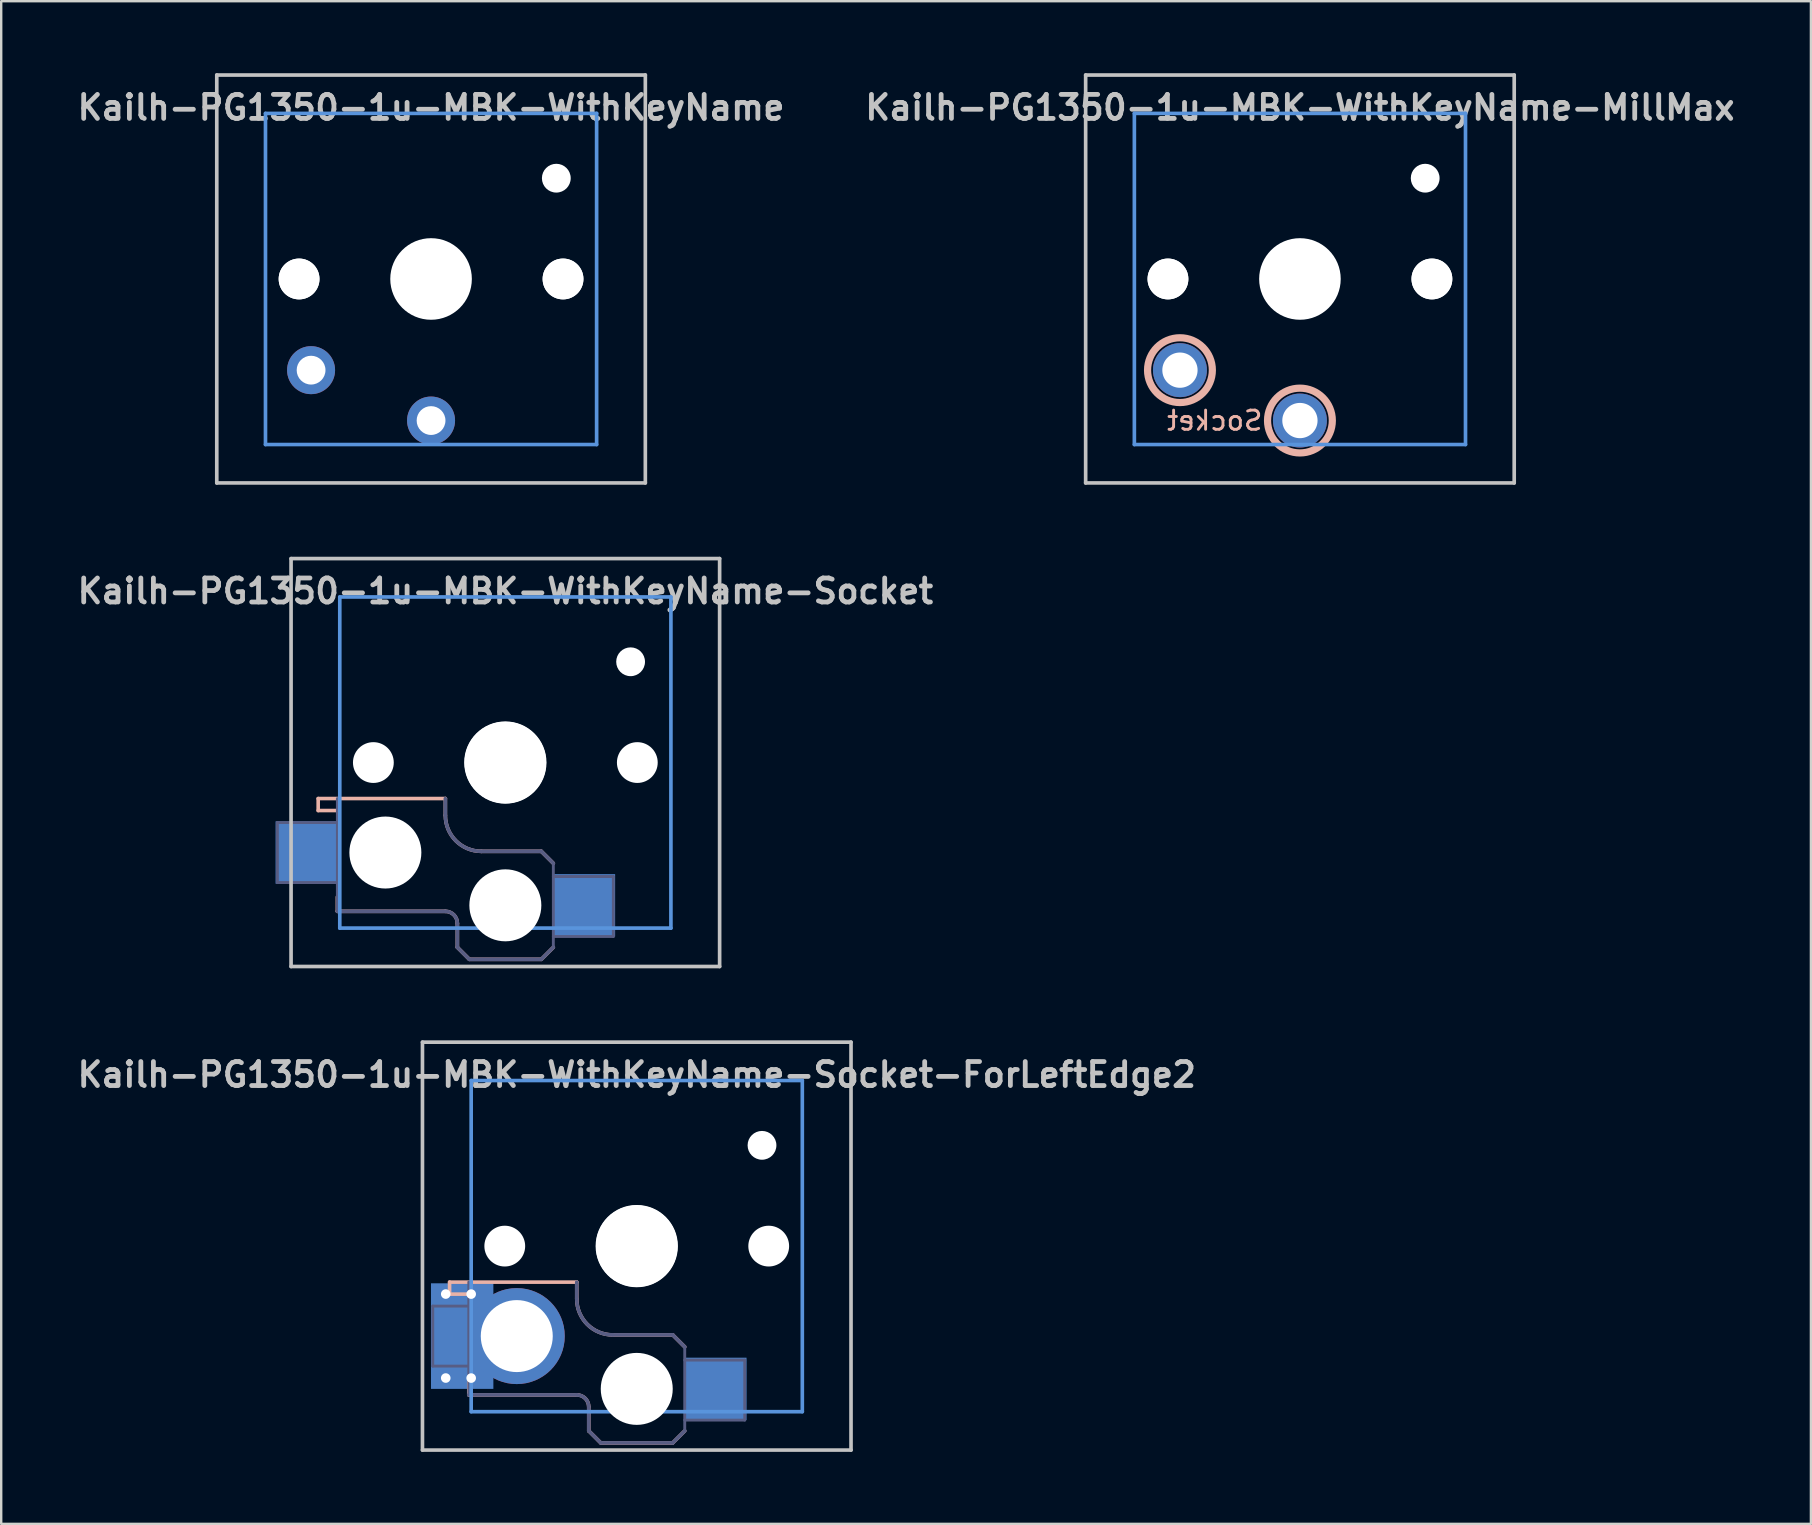
<source format=kicad_pcb>
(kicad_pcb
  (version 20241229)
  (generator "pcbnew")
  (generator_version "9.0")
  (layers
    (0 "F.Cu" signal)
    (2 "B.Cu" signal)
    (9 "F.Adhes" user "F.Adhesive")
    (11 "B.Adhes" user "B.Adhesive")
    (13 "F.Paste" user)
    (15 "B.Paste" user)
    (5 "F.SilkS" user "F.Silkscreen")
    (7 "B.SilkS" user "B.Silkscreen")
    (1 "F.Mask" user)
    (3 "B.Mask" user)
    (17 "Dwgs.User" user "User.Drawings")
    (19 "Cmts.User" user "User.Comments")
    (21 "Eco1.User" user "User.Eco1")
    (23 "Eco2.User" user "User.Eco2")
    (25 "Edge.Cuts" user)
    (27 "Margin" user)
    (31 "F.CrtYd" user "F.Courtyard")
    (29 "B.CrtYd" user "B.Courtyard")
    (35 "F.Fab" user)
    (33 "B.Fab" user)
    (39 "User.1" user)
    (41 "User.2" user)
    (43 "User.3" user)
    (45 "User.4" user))
  (footprint "Kailh-PG1350-1u-MBK-WithKeyName-MillMax"
    (layer "F.Cu")
    (at 51.124 8.576)
    (property "Reference" "Kailh-PG1350-1u-MBK-WithKeyName-MillMax" (at 0 -7.144 180) (layer "Dwgs.User") (effects (font (size 1 1) (thickness 0.2))))
    (attr through_hole)
    (fp_circle (center -5 3.8) (end -3.65 3.8) (stroke (width 0.3) (type solid)) (fill no) (layer "B.SilkS"))
    (fp_circle (center 0 5.9) (end 1.35 5.9) (stroke (width 0.3) (type solid)) (fill no) (layer "B.SilkS"))
    (fp_line (start -8.93 -8.5) (end 8.93 -8.5) (stroke (width 0.152) (type solid)) (layer "Dwgs.User"))
    (fp_line (start -8.93 8.5) (end -8.93 -8.5) (stroke (width 0.152) (type solid)) (layer "Dwgs.User"))
    (fp_line (start 8.93 -8.5) (end 8.93 8.5) (stroke (width 0.152) (type solid)) (layer "Dwgs.User"))
    (fp_line (start 8.93 8.5) (end -8.93 8.5) (stroke (width 0.152) (type solid)) (layer "Dwgs.User"))
    (fp_line (start -6.9 -6.9) (end 6.9 -6.9) (stroke (width 0.152) (type solid)) (layer "Cmts.User"))
    (fp_line (start -6.9 6.9) (end -6.9 -6.9) (stroke (width 0.152) (type solid)) (layer "Cmts.User"))
    (fp_line (start 6.9 -6.9) (end 6.9 6.9) (stroke (width 0.152) (type solid)) (layer "Cmts.User"))
    (fp_line (start 6.9 6.9) (end -6.9 6.9) (stroke (width 0.152) (type solid)) (layer "Cmts.User"))
    (fp_line (start -7.5 -7.5) (end 7.5 -7.5) (stroke (width 0.152) (type solid)) (layer "Eco2.User"))
    (fp_line (start -7.5 7.5) (end -7.5 -7.5) (stroke (width 0.152) (type solid)) (layer "Eco2.User"))
    (fp_line (start -2.6 -3.1) (end -2.6 -6.3) (stroke (width 0.15) (type solid)) (layer "Eco2.User"))
    (fp_line (start -2.6 -3.1) (end 2.6 -3.1) (stroke (width 0.15) (type solid)) (layer "Eco2.User"))
    (fp_line (start 2.6 -6.3) (end -2.6 -6.3) (stroke (width 0.15) (type solid)) (layer "Eco2.User"))
    (fp_line (start 2.6 -3.1) (end 2.6 -6.3) (stroke (width 0.15) (type solid)) (layer "Eco2.User"))
    (fp_line (start 7.5 -7.5) (end 7.5 7.5) (stroke (width 0.152) (type solid)) (layer "Eco2.User"))
    (fp_line (start 7.5 7.5) (end -7.5 7.5) (stroke (width 0.152) (type solid)) (layer "Eco2.User"))
    (fp_text user "Socket" (at -3.55 5.9 0) (layer "B.SilkS") (effects (font (size 0.8 0.8) (thickness 0.12)) (justify mirror)))
    (pad "" np_thru_hole circle (at -5.5 0 180) (size 1.7 1.7) (drill 1.7) (layers "*.Cu" "*.Mask"))
    (pad "" np_thru_hole circle (at -5.5 0) (size 1.702 1.702) (drill 1.702) (layers "*.Cu" "*.Mask"))
    (pad "" np_thru_hole circle (at 0 0 180) (size 3.4 3.4) (drill 3.4) (layers "*.Cu" "*.Mask"))
    (pad "" np_thru_hole circle (at 5.22 -4.2 180) (size 1.2 1.2) (drill 1.2) (layers "*.Cu" "*.Mask"))
    (pad "" np_thru_hole circle (at 5.5 0 180) (size 1.7 1.7) (drill 1.7) (layers "*.Cu" "*.Mask"))
    (pad "" np_thru_hole circle (at 5.5 0) (size 1.702 1.702) (drill 1.702) (layers "*.Cu" "*.Mask"))
    (pad "1" thru_hole circle (at 0 5.9 180) (size 2.25 2.25) (drill 1.47) (layers "*.Cu" "*.Mask"))
    (pad "2" thru_hole circle (at -5 3.8 41.9) (size 2.25 2.25) (drill 1.47) (layers "*.Cu" "*.Mask")))
  (footprint "Kailh-PG1350-1u-MBK-WithKeyName-Socket"
    (layer "F.Cu")
    (at 18.01 28.729)
    (property "Reference" "Kailh-PG1350-1u-MBK-WithKeyName-Socket" (at 0 -7.144 180) (layer "Dwgs.User") (effects (font (size 1 1) (thickness 0.2))))
    (attr through_hole)
    (fp_line (start -7.8 1.5) (end -7.8 2) (stroke (width 0.15) (type solid)) (layer "B.SilkS"))
    (fp_line (start -7 2) (end -7.8 2) (stroke (width 0.15) (type solid)) (layer "B.SilkS"))
    (fp_line (start -7 5.6) (end -7 6.2) (stroke (width 0.15) (type solid)) (layer "B.SilkS"))
    (fp_line (start -7 6.2) (end -2.5 6.2) (stroke (width 0.15) (type solid)) (layer "B.SilkS"))
    (fp_line (start -2.5 1.5) (end -7.8 1.5) (stroke (width 0.15) (type solid)) (layer "B.SilkS"))
    (fp_line (start -2.5 2.2) (end -2.5 1.5) (stroke (width 0.15) (type solid)) (layer "B.SilkS"))
    (fp_line (start -2 6.7) (end -2 7.7) (stroke (width 0.15) (type solid)) (layer "B.SilkS"))
    (fp_line (start -1.5 8.2) (end -2 7.7) (stroke (width 0.15) (type solid)) (layer "B.SilkS"))
    (fp_line (start 1.5 3.7) (end -1 3.7) (stroke (width 0.15) (type solid)) (layer "B.SilkS"))
    (fp_line (start 1.5 8.2) (end -1.5 8.2) (stroke (width 0.15) (type solid)) (layer "B.SilkS"))
    (fp_line (start 2 4.2) (end 1.5 3.7) (stroke (width 0.15) (type solid)) (layer "B.SilkS"))
    (fp_line (start 2 7.7) (end 1.5 8.2) (stroke (width 0.15) (type solid)) (layer "B.SilkS"))
    (fp_arc (start -2.5 6.2) (mid -2.146447 6.346447) (end -2 6.7) (stroke (width 0.15) (type solid)) (layer "B.SilkS"))
    (fp_arc (start -1 3.7) (mid -2.06066 3.26066) (end -2.5 2.2) (stroke (width 0.15) (type solid)) (layer "B.SilkS"))
    (fp_line (start -8.93 -8.5) (end 8.93 -8.5) (stroke (width 0.152) (type solid)) (layer "Dwgs.User"))
    (fp_line (start -8.93 8.5) (end -8.93 -8.5) (stroke (width 0.152) (type solid)) (layer "Dwgs.User"))
    (fp_line (start 8.93 -8.5) (end 8.93 8.5) (stroke (width 0.152) (type solid)) (layer "Dwgs.User"))
    (fp_line (start 8.93 8.5) (end -8.93 8.5) (stroke (width 0.152) (type solid)) (layer "Dwgs.User"))
    (fp_line (start -6.9 -6.9) (end 6.9 -6.9) (stroke (width 0.152) (type solid)) (layer "Cmts.User"))
    (fp_line (start -6.9 6.9) (end -6.9 -6.9) (stroke (width 0.152) (type solid)) (layer "Cmts.User"))
    (fp_line (start 6.9 -6.9) (end 6.9 6.9) (stroke (width 0.152) (type solid)) (layer "Cmts.User"))
    (fp_line (start 6.9 6.9) (end -6.9 6.9) (stroke (width 0.152) (type solid)) (layer "Cmts.User"))
    (fp_line (start -7.5 -7.5) (end 7.5 -7.5) (stroke (width 0.152) (type solid)) (layer "Eco2.User"))
    (fp_line (start -7.5 7.5) (end -7.5 -7.5) (stroke (width 0.152) (type solid)) (layer "Eco2.User"))
    (fp_line (start -2.6 -3.1) (end -2.6 -6.3) (stroke (width 0.15) (type solid)) (layer "Eco2.User"))
    (fp_line (start -2.6 -3.1) (end 2.6 -3.1) (stroke (width 0.15) (type solid)) (layer "Eco2.User"))
    (fp_line (start 2.6 -6.3) (end -2.6 -6.3) (stroke (width 0.15) (type solid)) (layer "Eco2.User"))
    (fp_line (start 2.6 -3.1) (end 2.6 -6.3) (stroke (width 0.15) (type solid)) (layer "Eco2.User"))
    (fp_line (start 7.5 -7.5) (end 7.5 7.5) (stroke (width 0.152) (type solid)) (layer "Eco2.User"))
    (fp_line (start 7.5 7.5) (end -7.5 7.5) (stroke (width 0.152) (type solid)) (layer "Eco2.User"))
    (fp_line (start -9.5 2.5) (end -7 2.5) (stroke (width 0.12) (type solid)) (layer "B.Fab"))
    (fp_line (start -9.5 5) (end -9.5 2.5) (stroke (width 0.12) (type solid)) (layer "B.Fab"))
    (fp_line (start -7 1.5) (end -7 6.2) (stroke (width 0.12) (type solid)) (layer "B.Fab"))
    (fp_line (start -7 5) (end -9.5 5) (stroke (width 0.12) (type solid)) (layer "B.Fab"))
    (fp_line (start -7 6.2) (end -2.5 6.2) (stroke (width 0.15) (type solid)) (layer "B.Fab"))
    (fp_line (start -2.5 2.2) (end -2.5 1.5) (stroke (width 0.15) (type solid)) (layer "B.Fab"))
    (fp_line (start -2 6.7) (end -2 7.7) (stroke (width 0.15) (type solid)) (layer "B.Fab"))
    (fp_line (start -1.5 8.2) (end -2 7.7) (stroke (width 0.15) (type solid)) (layer "B.Fab"))
    (fp_line (start 1.5 3.7) (end -1 3.7) (stroke (width 0.15) (type solid)) (layer "B.Fab"))
    (fp_line (start 1.5 8.2) (end -1.5 8.2) (stroke (width 0.15) (type solid)) (layer "B.Fab"))
    (fp_line (start 2 4.2) (end 1.5 3.7) (stroke (width 0.15) (type solid)) (layer "B.Fab"))
    (fp_line (start 2 4.25) (end 2 7.7) (stroke (width 0.12) (type solid)) (layer "B.Fab"))
    (fp_line (start 2 4.75) (end 4.5 4.75) (stroke (width 0.12) (type solid)) (layer "B.Fab"))
    (fp_line (start 2 7.7) (end 1.5 8.2) (stroke (width 0.15) (type solid)) (layer "B.Fab"))
    (fp_line (start 4.5 4.75) (end 4.5 7.25) (stroke (width 0.12) (type solid)) (layer "B.Fab"))
    (fp_line (start 4.5 7.25) (end 2 7.25) (stroke (width 0.12) (type solid)) (layer "B.Fab"))
    (fp_arc (start -2.5 6.2) (mid -2.146447 6.346447) (end -2 6.7) (stroke (width 0.15) (type solid)) (layer "B.Fab"))
    (fp_arc (start -1 3.7) (mid -2.06066 3.26066) (end -2.5 2.2) (stroke (width 0.15) (type solid)) (layer "B.Fab"))
    (pad "" np_thru_hole circle (at -5.5 0 180) (size 1.7 1.7) (drill 1.7) (layers "*.Cu" "*.Mask"))
    (pad "" np_thru_hole circle (at -5 3.75) (size 3 3) (drill 3) (layers "*.Cu" "*.Mask"))
    (pad "" np_thru_hole circle (at 0 0 180) (size 3.4 3.4) (drill 3.4) (layers "*.Cu" "*.Mask"))
    (pad "" np_thru_hole circle (at 0 0) (size 3.429 3.429) (drill 3.429) (layers "*.Cu" "*.Mask"))
    (pad "" np_thru_hole circle (at 0 5.95) (size 3 3) (drill 3) (layers "*.Cu" "*.Mask"))
    (pad "" np_thru_hole circle (at 5.22 -4.2 180) (size 1.2 1.2) (drill 1.2) (layers "*.Cu" "*.Mask"))
    (pad "" np_thru_hole circle (at 5.5 0 180) (size 1.7 1.7) (drill 1.7) (layers "*.Cu" "*.Mask"))
    (pad "1" smd rect (at 3.275 5.95) (size 2.6 2.6) (layers "B.Cu" "B.Mask" "B.Paste"))
    (pad "2" smd rect (at -8.275 3.75) (size 2.6 2.6) (layers "B.Cu" "B.Mask" "B.Paste")))
  (footprint "Kailh-PG1350-1u-MBK-WithKeyName"
    (layer "F.Cu")
    (at 14.914 8.576)
    (property "Reference" "Kailh-PG1350-1u-MBK-WithKeyName" (at 0 -7.144 180) (layer "Dwgs.User") (effects (font (size 1 1) (thickness 0.2))))
    (attr through_hole)
    (fp_line (start -8.93 -8.5) (end 8.93 -8.5) (stroke (width 0.152) (type solid)) (layer "Dwgs.User"))
    (fp_line (start -8.93 8.5) (end -8.93 -8.5) (stroke (width 0.152) (type solid)) (layer "Dwgs.User"))
    (fp_line (start 8.93 -8.5) (end 8.93 8.5) (stroke (width 0.152) (type solid)) (layer "Dwgs.User"))
    (fp_line (start 8.93 8.5) (end -8.93 8.5) (stroke (width 0.152) (type solid)) (layer "Dwgs.User"))
    (fp_line (start -6.9 -6.9) (end 6.9 -6.9) (stroke (width 0.152) (type solid)) (layer "Cmts.User"))
    (fp_line (start -6.9 6.9) (end -6.9 -6.9) (stroke (width 0.152) (type solid)) (layer "Cmts.User"))
    (fp_line (start 6.9 -6.9) (end 6.9 6.9) (stroke (width 0.152) (type solid)) (layer "Cmts.User"))
    (fp_line (start 6.9 6.9) (end -6.9 6.9) (stroke (width 0.152) (type solid)) (layer "Cmts.User"))
    (fp_line (start -7.5 -7.5) (end 7.5 -7.5) (stroke (width 0.152) (type solid)) (layer "Eco2.User"))
    (fp_line (start -7.5 7.5) (end -7.5 -7.5) (stroke (width 0.152) (type solid)) (layer "Eco2.User"))
    (fp_line (start -2.6 -3.1) (end -2.6 -6.3) (stroke (width 0.15) (type solid)) (layer "Eco2.User"))
    (fp_line (start -2.6 -3.1) (end 2.6 -3.1) (stroke (width 0.15) (type solid)) (layer "Eco2.User"))
    (fp_line (start 2.6 -6.3) (end -2.6 -6.3) (stroke (width 0.15) (type solid)) (layer "Eco2.User"))
    (fp_line (start 2.6 -3.1) (end 2.6 -6.3) (stroke (width 0.15) (type solid)) (layer "Eco2.User"))
    (fp_line (start 7.5 -7.5) (end 7.5 7.5) (stroke (width 0.152) (type solid)) (layer "Eco2.User"))
    (fp_line (start 7.5 7.5) (end -7.5 7.5) (stroke (width 0.152) (type solid)) (layer "Eco2.User"))
    (pad "" np_thru_hole circle (at -5.5 0 180) (size 1.7 1.7) (drill 1.7) (layers "*.Cu" "*.Mask"))
    (pad "" np_thru_hole circle (at -5.5 0) (size 1.702 1.702) (drill 1.702) (layers "*.Cu" "*.Mask"))
    (pad "" np_thru_hole circle (at 0 0 180) (size 3.4 3.4) (drill 3.4) (layers "*.Cu" "*.Mask"))
    (pad "" np_thru_hole circle (at 5.22 -4.2 180) (size 1.2 1.2) (drill 1.2) (layers "*.Cu" "*.Mask"))
    (pad "" np_thru_hole circle (at 5.5 0 180) (size 1.7 1.7) (drill 1.7) (layers "*.Cu" "*.Mask"))
    (pad "" np_thru_hole circle (at 5.5 0) (size 1.702 1.702) (drill 1.702) (layers "*.Cu" "*.Mask"))
    (pad "1" thru_hole circle (at 0 5.9 180) (size 2 2) (drill 1.2) (layers "*.Cu" "*.Mask"))
    (pad "2" thru_hole circle (at -5 3.8 41.9) (size 2 2) (drill 1.2) (layers "*.Cu" "*.Mask")))
  (footprint "Kailh-PG1350-1u-MBK-WithKeyName-Socket-ForLeftEdge2"
    (layer "F.Cu")
    (at 23.486 48.881)
    (property "Reference" "Kailh-PG1350-1u-MBK-WithKeyName-Socket-ForLeftEdge2" (at 0 -7.144 180) (layer "Dwgs.User") (effects (font (size 1 1) (thickness 0.2))))
    (attr through_hole)
    (fp_line (start -7.8 1.5) (end -7.8 2) (stroke (width 0.15) (type solid)) (layer "B.SilkS"))
    (fp_line (start -7 2) (end -7.8 2) (stroke (width 0.15) (type solid)) (layer "B.SilkS"))
    (fp_line (start -7 5.6) (end -7 6.2) (stroke (width 0.15) (type solid)) (layer "B.SilkS"))
    (fp_line (start -7 6.2) (end -2.5 6.2) (stroke (width 0.15) (type solid)) (layer "B.SilkS"))
    (fp_line (start -2.5 1.5) (end -7.8 1.5) (stroke (width 0.15) (type solid)) (layer "B.SilkS"))
    (fp_line (start -2.5 2.2) (end -2.5 1.5) (stroke (width 0.15) (type solid)) (layer "B.SilkS"))
    (fp_line (start -2 6.7) (end -2 7.7) (stroke (width 0.15) (type solid)) (layer "B.SilkS"))
    (fp_line (start -1.5 8.2) (end -2 7.7) (stroke (width 0.15) (type solid)) (layer "B.SilkS"))
    (fp_line (start 1.5 3.7) (end -1 3.7) (stroke (width 0.15) (type solid)) (layer "B.SilkS"))
    (fp_line (start 1.5 8.2) (end -1.5 8.2) (stroke (width 0.15) (type solid)) (layer "B.SilkS"))
    (fp_line (start 2 4.2) (end 1.5 3.7) (stroke (width 0.15) (type solid)) (layer "B.SilkS"))
    (fp_line (start 2 7.7) (end 1.5 8.2) (stroke (width 0.15) (type solid)) (layer "B.SilkS"))
    (fp_arc (start -2.5 6.2) (mid -2.146447 6.346447) (end -2 6.7) (stroke (width 0.15) (type solid)) (layer "B.SilkS"))
    (fp_arc (start -1 3.7) (mid -2.06066 3.26066) (end -2.5 2.2) (stroke (width 0.15) (type solid)) (layer "B.SilkS"))
    (fp_line (start -8.93 -8.5) (end 8.93 -8.5) (stroke (width 0.152) (type solid)) (layer "Dwgs.User"))
    (fp_line (start -8.93 8.5) (end -8.93 -8.5) (stroke (width 0.152) (type solid)) (layer "Dwgs.User"))
    (fp_line (start 8.93 -8.5) (end 8.93 8.5) (stroke (width 0.152) (type solid)) (layer "Dwgs.User"))
    (fp_line (start 8.93 8.5) (end -8.93 8.5) (stroke (width 0.152) (type solid)) (layer "Dwgs.User"))
    (fp_line (start -6.9 -6.9) (end 6.9 -6.9) (stroke (width 0.152) (type solid)) (layer "Cmts.User"))
    (fp_line (start -6.9 6.9) (end -6.9 -6.9) (stroke (width 0.152) (type solid)) (layer "Cmts.User"))
    (fp_line (start 6.9 -6.9) (end 6.9 6.9) (stroke (width 0.152) (type solid)) (layer "Cmts.User"))
    (fp_line (start 6.9 6.9) (end -6.9 6.9) (stroke (width 0.152) (type solid)) (layer "Cmts.User"))
    (fp_line (start -7.5 -7.5) (end 7.5 -7.5) (stroke (width 0.152) (type solid)) (layer "Eco2.User"))
    (fp_line (start -7.5 7.5) (end -7.5 -7.5) (stroke (width 0.152) (type solid)) (layer "Eco2.User"))
    (fp_line (start -2.6 -3.1) (end -2.6 -6.3) (stroke (width 0.15) (type solid)) (layer "Eco2.User"))
    (fp_line (start -2.6 -3.1) (end 2.6 -3.1) (stroke (width 0.15) (type solid)) (layer "Eco2.User"))
    (fp_line (start 2.6 -6.3) (end -2.6 -6.3) (stroke (width 0.15) (type solid)) (layer "Eco2.User"))
    (fp_line (start 2.6 -3.1) (end 2.6 -6.3) (stroke (width 0.15) (type solid)) (layer "Eco2.User"))
    (fp_line (start 7.5 -7.5) (end 7.5 7.5) (stroke (width 0.152) (type solid)) (layer "Eco2.User"))
    (fp_line (start 7.5 7.5) (end -7.5 7.5) (stroke (width 0.152) (type solid)) (layer "Eco2.User"))
    (fp_line (start -8.5 2.5) (end -7 2.5) (stroke (width 0.12) (type solid)) (layer "B.Fab"))
    (fp_line (start -8.5 5) (end -8.5 2.5) (stroke (width 0.12) (type solid)) (layer "B.Fab"))
    (fp_line (start -7 1.5) (end -7 6.2) (stroke (width 0.12) (type solid)) (layer "B.Fab"))
    (fp_line (start -7 5) (end -8.5 5) (stroke (width 0.12) (type solid)) (layer "B.Fab"))
    (fp_line (start -7 6.2) (end -2.5 6.2) (stroke (width 0.15) (type solid)) (layer "B.Fab"))
    (fp_line (start -2.5 2.2) (end -2.5 1.5) (stroke (width 0.15) (type solid)) (layer "B.Fab"))
    (fp_line (start -2 6.7) (end -2 7.7) (stroke (width 0.15) (type solid)) (layer "B.Fab"))
    (fp_line (start -1.5 8.2) (end -2 7.7) (stroke (width 0.15) (type solid)) (layer "B.Fab"))
    (fp_line (start 1.5 3.7) (end -1 3.7) (stroke (width 0.15) (type solid)) (layer "B.Fab"))
    (fp_line (start 1.5 8.2) (end -1.5 8.2) (stroke (width 0.15) (type solid)) (layer "B.Fab"))
    (fp_line (start 2 4.2) (end 1.5 3.7) (stroke (width 0.15) (type solid)) (layer "B.Fab"))
    (fp_line (start 2 4.25) (end 2 7.7) (stroke (width 0.12) (type solid)) (layer "B.Fab"))
    (fp_line (start 2 4.75) (end 4.5 4.75) (stroke (width 0.12) (type solid)) (layer "B.Fab"))
    (fp_line (start 2 7.7) (end 1.5 8.2) (stroke (width 0.15) (type solid)) (layer "B.Fab"))
    (fp_line (start 4.5 4.75) (end 4.5 7.25) (stroke (width 0.12) (type solid)) (layer "B.Fab"))
    (fp_line (start 4.5 7.25) (end 2 7.25) (stroke (width 0.12) (type solid)) (layer "B.Fab"))
    (fp_arc (start -2.5 6.2) (mid -2.146447 6.346447) (end -2 6.7) (stroke (width 0.15) (type solid)) (layer "B.Fab"))
    (fp_arc (start -1 3.7) (mid -2.06066 3.26066) (end -2.5 2.2) (stroke (width 0.15) (type solid)) (layer "B.Fab"))
    (pad "" np_thru_hole circle (at -5.5 0 180) (size 1.7 1.7) (drill 1.7) (layers "*.Cu" "*.Mask"))
    (pad "" np_thru_hole circle (at 0 0 180) (size 3.4 3.4) (drill 3.4) (layers "*.Cu" "*.Mask"))
    (pad "" np_thru_hole circle (at 0 0) (size 3.429 3.429) (drill 3.429) (layers "*.Cu" "*.Mask"))
    (pad "" np_thru_hole circle (at 0 5.95) (size 3 3) (drill 3) (layers "*.Cu" "*.Mask"))
    (pad "" np_thru_hole circle (at 5.22 -4.2 180) (size 1.2 1.2) (drill 1.2) (layers "*.Cu" "*.Mask"))
    (pad "" np_thru_hole circle (at 5.5 0 180) (size 1.7 1.7) (drill 1.7) (layers "*.Cu" "*.Mask"))
    (pad "1" smd rect (at 3.275 5.95) (size 2.6 2.6) (layers "B.Cu" "B.Mask" "B.Paste"))
    (pad "2" thru_hole circle (at -7.96 1.998) (size 0.8 0.8) (drill 0.4) (layers "*.Cu"))
    (pad "2" thru_hole circle (at -7.96 5.498) (size 0.8 0.8) (drill 0.4) (layers "*.Cu"))
    (pad "2" smd rect (at -7.525 3.75) (size 2.1 2.6) (layers "B.Cu" "B.Mask" "B.Paste"))
    (pad "2" smd rect (at -7.275 3.75) (size 2.6 4.4) (layers "B.Cu"))
    (pad "2" thru_hole circle (at -6.9 2) (size 0.8 0.8) (drill 0.4) (layers "*.Cu"))
    (pad "2" thru_hole circle (at -6.9 5.5) (size 0.8 0.8) (drill 0.4) (layers "*.Cu"))
    (pad "2" thru_hole circle (at -5 3.75) (size 4 4) (drill 3) (layers "*.Cu")))
  (gr_rect
    (start -3 -3)
    (end 72.419 60.457)
    (stroke (width 0.1) (type default))
    (fill no)
    (layer "Edge.Cuts")))
</source>
